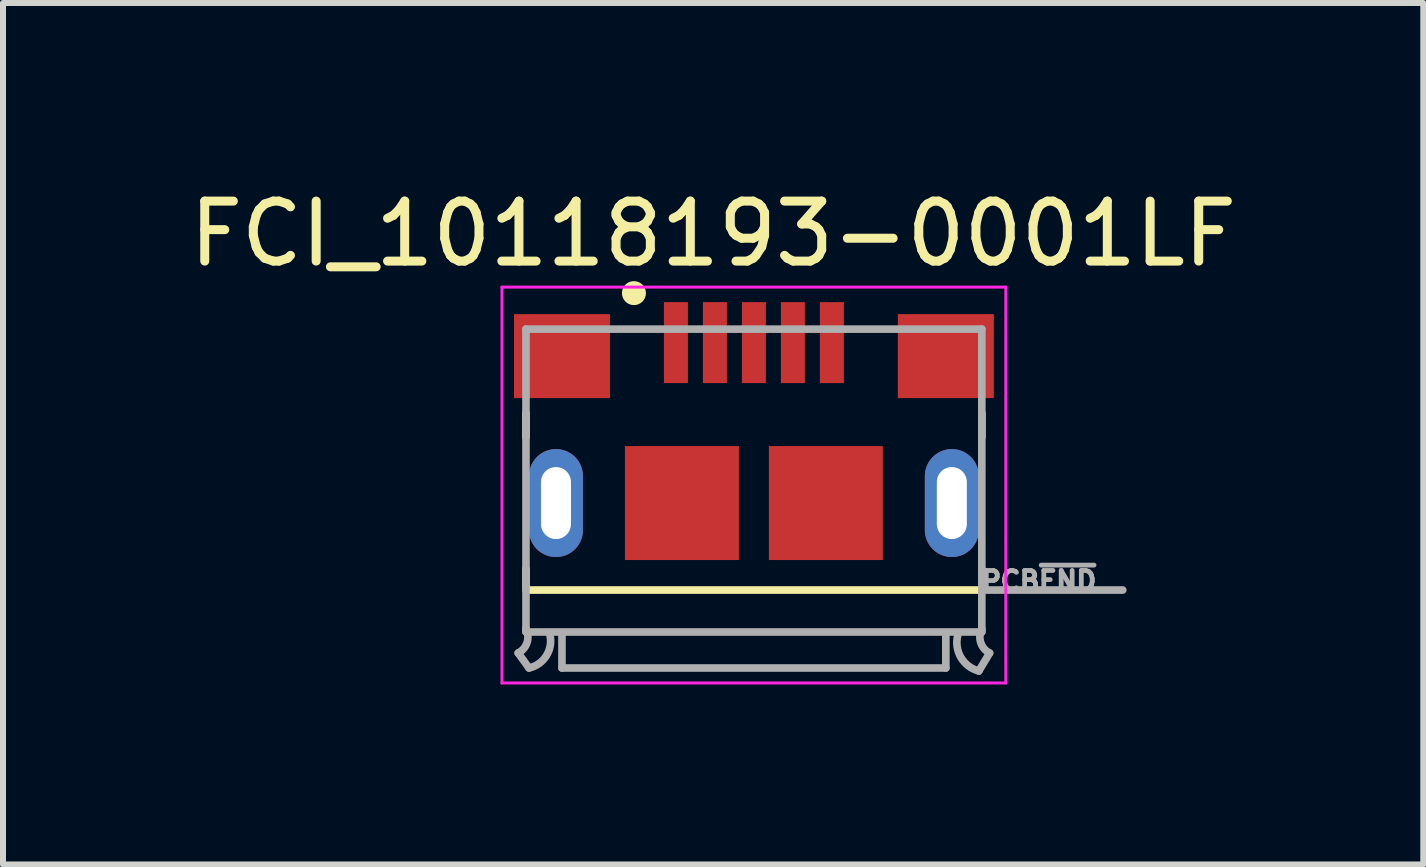
<source format=kicad_pcb>
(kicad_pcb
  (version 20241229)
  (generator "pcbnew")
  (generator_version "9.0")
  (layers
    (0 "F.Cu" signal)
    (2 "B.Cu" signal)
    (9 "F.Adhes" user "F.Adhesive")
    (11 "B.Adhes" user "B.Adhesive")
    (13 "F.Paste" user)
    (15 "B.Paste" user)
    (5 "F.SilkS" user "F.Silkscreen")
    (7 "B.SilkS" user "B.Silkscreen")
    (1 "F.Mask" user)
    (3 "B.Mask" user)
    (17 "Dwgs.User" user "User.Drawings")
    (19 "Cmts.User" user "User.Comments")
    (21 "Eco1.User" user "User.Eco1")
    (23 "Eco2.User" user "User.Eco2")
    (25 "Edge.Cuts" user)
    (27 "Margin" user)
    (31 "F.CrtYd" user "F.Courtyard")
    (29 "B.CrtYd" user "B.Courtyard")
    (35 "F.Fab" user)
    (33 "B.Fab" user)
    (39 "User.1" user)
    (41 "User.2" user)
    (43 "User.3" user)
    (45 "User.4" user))
  (footprint "FCI_10118193-0001LF"
    (layer "F.Cu")
    (at 9.519 5.337)
    (property "Reference" "FCI_10118193-0001LF" (at -0.679 -4.489 0) (layer "F.SilkS") (effects (font (size 1 1) (thickness 0.15))))
    (attr through_hole)
    (fp_line (start -3.8 -1.5) (end -3.8 -1.1) (stroke (width 0.127) (type solid)) (layer "F.SilkS"))
    (fp_line (start -3.8 1.1) (end -3.8 1.4) (stroke (width 0.127) (type solid)) (layer "F.SilkS"))
    (fp_line (start -3.8 1.45) (end 3.8 1.45) (stroke (width 0.127) (type solid)) (layer "F.SilkS"))
    (fp_line (start 3.8 -1.1) (end 3.8 -1.5) (stroke (width 0.127) (type solid)) (layer "F.SilkS"))
    (fp_line (start 3.8 1.1) (end 3.8 1.4) (stroke (width 0.127) (type solid)) (layer "F.SilkS"))
    (fp_circle (center -2 -3.5) (end -1.9 -3.5) (stroke (width 0.2) (type solid)) (fill no) (layer "F.SilkS"))
    (fp_line (start -4.2 -3.6) (end -4.2 3) (stroke (width 0.05) (type solid)) (layer "F.CrtYd"))
    (fp_line (start -4.2 3) (end 4.2 3) (stroke (width 0.05) (type solid)) (layer "F.CrtYd"))
    (fp_line (start 4.2 -3.6) (end -4.2 -3.6) (stroke (width 0.05) (type solid)) (layer "F.CrtYd"))
    (fp_line (start 4.2 3) (end 4.2 -3.6) (stroke (width 0.05) (type solid)) (layer "F.CrtYd"))
    (fp_line (start -3.93 2.5) (end -3.75 2.75) (stroke (width 0.127) (type solid)) (layer "F.Fab"))
    (fp_line (start -3.8 -2.9) (end 3.8 -2.9) (stroke (width 0.127) (type solid)) (layer "F.Fab"))
    (fp_line (start -3.8 2.1) (end -3.8 -2.9) (stroke (width 0.127) (type solid)) (layer "F.Fab"))
    (fp_line (start -3.8 2.15) (end -3.8 2.1) (stroke (width 0.127) (type solid)) (layer "F.Fab"))
    (fp_line (start -3.2 2.2) (end -3.2 2.75) (stroke (width 0.127) (type solid)) (layer "F.Fab"))
    (fp_line (start -3.2 2.75) (end 3.2 2.75) (stroke (width 0.127) (type solid)) (layer "F.Fab"))
    (fp_line (start 3.2 2.75) (end 3.2 2.2) (stroke (width 0.127) (type solid)) (layer "F.Fab"))
    (fp_line (start 3.8 -2.9) (end 3.8 1.45) (stroke (width 0.127) (type solid)) (layer "F.Fab"))
    (fp_line (start 3.8 1.45) (end 3.8 2.15) (stroke (width 0.127) (type solid)) (layer "F.Fab"))
    (fp_line (start 3.8 1.45) (end 6.15 1.45) (stroke (width 0.127) (type solid)) (layer "F.Fab"))
    (fp_line (start 3.8 2.15) (end -3.8 2.15) (stroke (width 0.127) (type solid)) (layer "F.Fab"))
    (fp_line (start 3.93 2.5) (end 3.75 2.8) (stroke (width 0.127) (type solid)) (layer "F.Fab"))
    (fp_arc (start -3.8 2.1) (mid -3.782157 2.326924) (end -3.93 2.5) (stroke (width 0.127) (type solid)) (layer "F.Fab"))
    (fp_arc (start -3.4 2.2) (mid -3.461091 2.547487) (end -3.75 2.75) (stroke (width 0.127) (type solid)) (layer "F.Fab"))
    (fp_arc (start 3.75 2.8) (mid 3.450736 2.572487) (end 3.4 2.2) (stroke (width 0.127) (type solid)) (layer "F.Fab"))
    (fp_arc (start 3.93 2.5) (mid 3.782157 2.326924) (end 3.8 2.1) (stroke (width 0.127) (type solid)) (layer "F.Fab"))
    (fp_text user "PCB~{END}" (at 4.75 1.3 0) (layer "F.Fab") (effects (font (size 0.32 0.32) (thickness 0.15))))
    (pad "1" smd rect (at -1.3 -2.675) (size 0.4 1.35) (layers "F.Cu" "F.Mask" "F.Paste"))
    (pad "2" smd rect (at -0.65 -2.675) (size 0.4 1.35) (layers "F.Cu" "F.Mask" "F.Paste"))
    (pad "3" smd rect (at 0 -2.675) (size 0.4 1.35) (layers "F.Cu" "F.Mask" "F.Paste"))
    (pad "4" smd rect (at 0.65 -2.675) (size 0.4 1.35) (layers "F.Cu" "F.Mask" "F.Paste"))
    (pad "5" smd rect (at 1.3 -2.675) (size 0.4 1.35) (layers "F.Cu" "F.Mask" "F.Paste"))
    (pad "S1" smd rect (at -3.2 -2.45) (size 1.6 1.4) (layers "F.Cu" "F.Mask" "F.Paste"))
    (pad "S2" smd rect (at 3.2 -2.45) (size 1.6 1.4) (layers "F.Cu" "F.Mask" "F.Paste"))
    (pad "S3" smd rect (at 1.2 0) (size 1.9 1.9) (layers "F.Cu" "F.Mask" "F.Paste"))
    (pad "S4" smd rect (at -1.2 0) (size 1.9 1.9) (layers "F.Cu" "F.Mask" "F.Paste"))
    (pad "S5" thru_hole oval (at -3.3 0) (size 0.9 1.8) (drill oval 0.5 1.2) (layers "*.Cu" "*.Mask"))
    (pad "S6" thru_hole oval (at 3.3 0) (size 0.9 1.8) (drill oval 0.5 1.2) (layers "*.Cu" "*.Mask")))
  (gr_rect
    (start -3 -3)
    (end 20.679 11.362)
    (stroke (width 0.1) (type default))
    (fill no)
    (layer "Edge.Cuts")))
</source>
